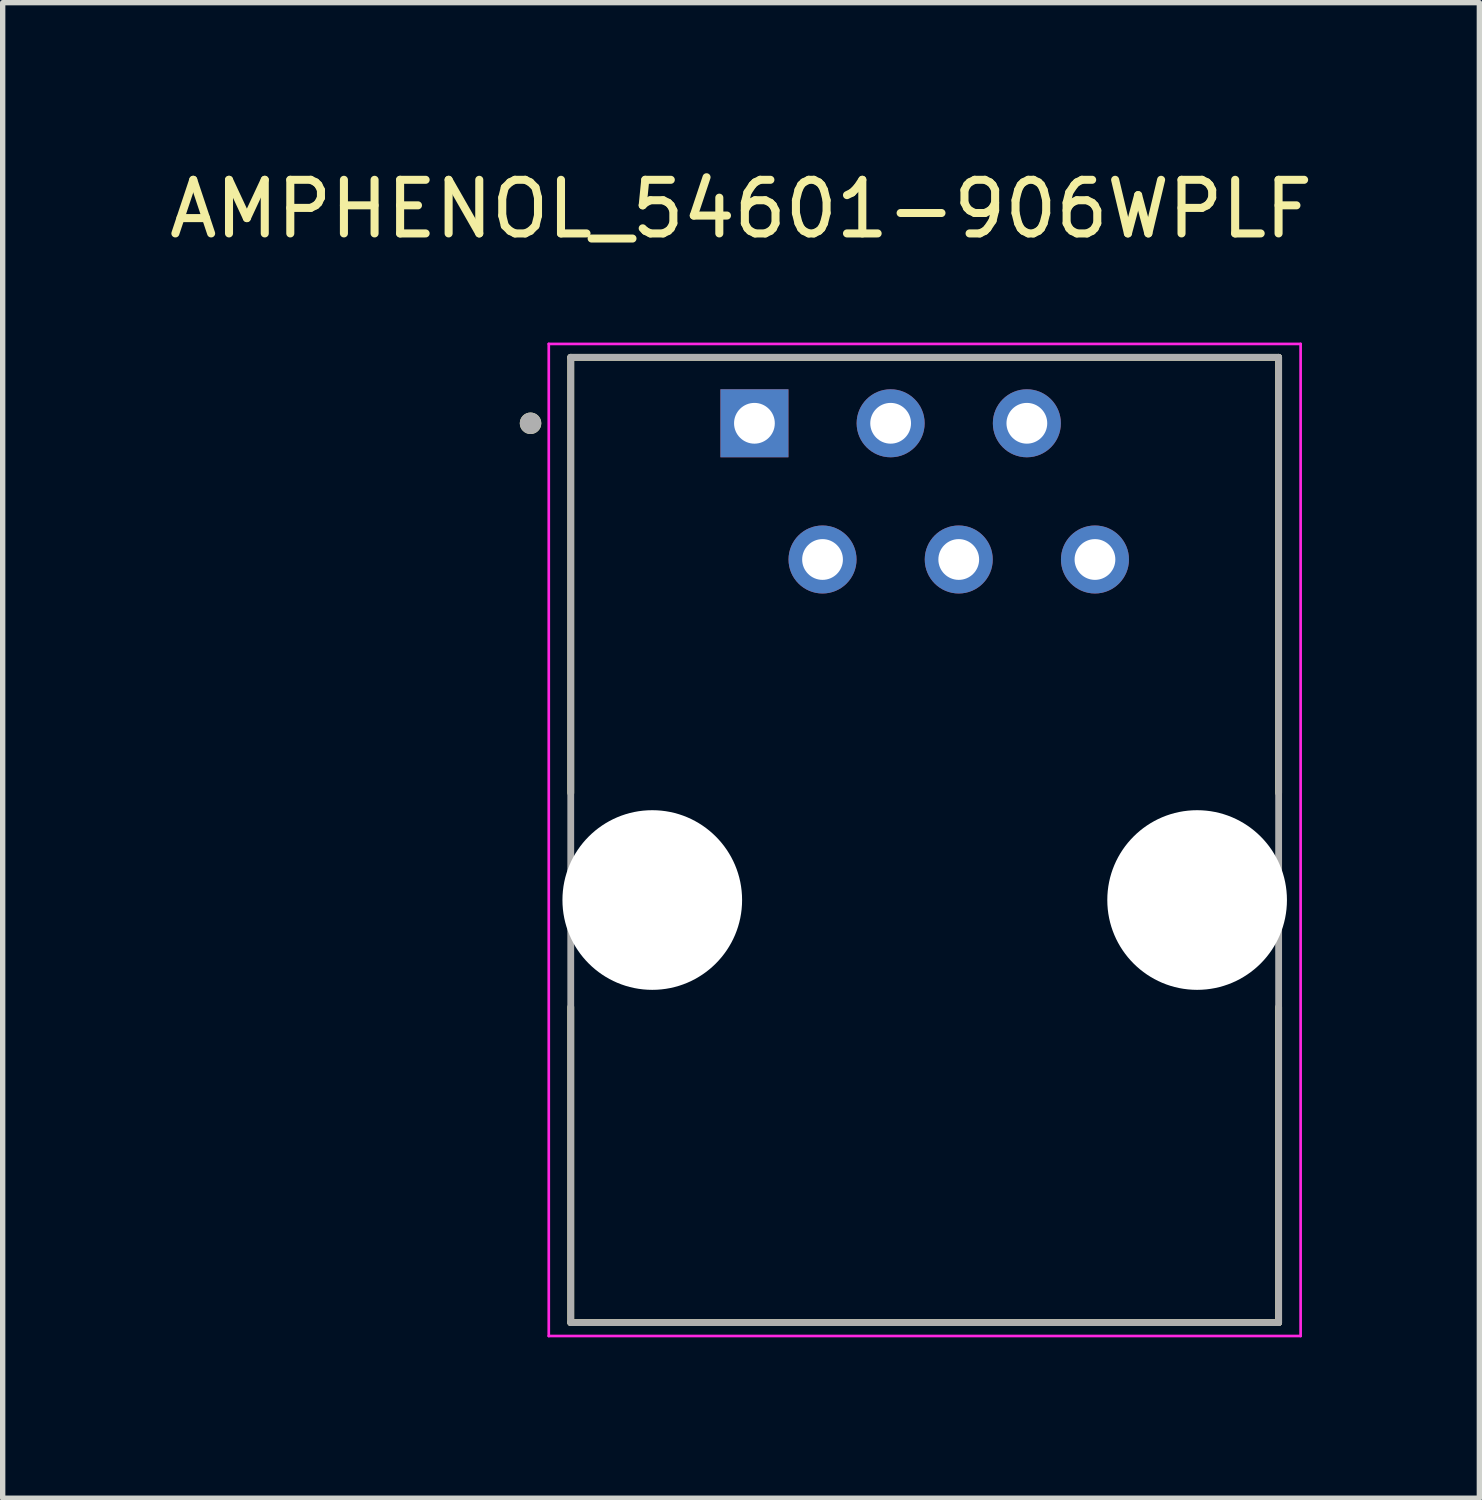
<source format=kicad_pcb>
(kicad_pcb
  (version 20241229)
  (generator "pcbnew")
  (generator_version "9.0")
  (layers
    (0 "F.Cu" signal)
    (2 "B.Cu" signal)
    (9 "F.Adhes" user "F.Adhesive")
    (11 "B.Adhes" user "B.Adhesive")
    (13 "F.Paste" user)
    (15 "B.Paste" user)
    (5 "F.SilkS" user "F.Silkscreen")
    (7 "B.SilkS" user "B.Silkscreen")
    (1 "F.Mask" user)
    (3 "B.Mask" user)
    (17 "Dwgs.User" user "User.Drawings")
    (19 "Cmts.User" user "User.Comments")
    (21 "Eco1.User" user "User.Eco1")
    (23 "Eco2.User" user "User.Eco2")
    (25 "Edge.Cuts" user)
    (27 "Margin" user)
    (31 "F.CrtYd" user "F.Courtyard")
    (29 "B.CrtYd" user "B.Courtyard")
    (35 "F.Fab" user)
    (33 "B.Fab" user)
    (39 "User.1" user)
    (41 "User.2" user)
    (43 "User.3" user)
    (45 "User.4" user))
  (footprint "AMPHENOL_54601-906WPLF"
    (layer "F.Cu")
    (at 14.193 13.733)
    (property "Reference" "AMPHENOL_54601-906WPLF" (at -3.425 -12.885 0) (layer "F.SilkS") (effects (font (size 1 1) (thickness 0.15))))
    (attr through_hole)
    (fp_line (start -6.6 -10.12) (end -6.6 -1.995) (stroke (width 0.127) (type solid)) (layer "F.SilkS"))
    (fp_line (start -6.6 7.88) (end -6.6 1.995) (stroke (width 0.127) (type solid)) (layer "F.SilkS"))
    (fp_line (start -6.6 7.88) (end 6.6 7.88) (stroke (width 0.127) (type solid)) (layer "F.SilkS"))
    (fp_line (start 6.6 -10.12) (end -6.6 -10.12) (stroke (width 0.127) (type solid)) (layer "F.SilkS"))
    (fp_line (start 6.6 -1.995) (end 6.6 -10.12) (stroke (width 0.127) (type solid)) (layer "F.SilkS"))
    (fp_line (start 6.6 7.88) (end 6.6 1.995) (stroke (width 0.127) (type solid)) (layer "F.SilkS"))
    (fp_circle (center -7.35 -8.89) (end -7.25 -8.89) (stroke (width 0.2) (type solid)) (fill no) (layer "F.SilkS"))
    (fp_line (start -7.01 -10.37) (end -7.01 8.13) (stroke (width 0.05) (type solid)) (layer "F.CrtYd"))
    (fp_line (start -7.01 8.13) (end 7.01 8.13) (stroke (width 0.05) (type solid)) (layer "F.CrtYd"))
    (fp_line (start 7.01 -10.37) (end -7.01 -10.37) (stroke (width 0.05) (type solid)) (layer "F.CrtYd"))
    (fp_line (start 7.01 8.13) (end 7.01 -10.37) (stroke (width 0.05) (type solid)) (layer "F.CrtYd"))
    (fp_line (start -6.6 -10.12) (end -6.6 7.88) (stroke (width 0.127) (type solid)) (layer "F.Fab"))
    (fp_line (start -6.6 7.88) (end 6.6 7.88) (stroke (width 0.127) (type solid)) (layer "F.Fab"))
    (fp_line (start 6.6 -10.12) (end -6.6 -10.12) (stroke (width 0.127) (type solid)) (layer "F.Fab"))
    (fp_line (start 6.6 7.88) (end 6.6 -10.12) (stroke (width 0.127) (type solid)) (layer "F.Fab"))
    (fp_circle (center -7.35 -8.89) (end -7.25 -8.89) (stroke (width 0.2) (type solid)) (fill no) (layer "F.Fab"))
    (pad "" np_thru_hole circle (at -5.08 0) (size 3.35 3.35) (drill 3.35) (layers "*.Cu" "*.Mask"))
    (pad "" np_thru_hole circle (at 5.08 0) (size 3.35 3.35) (drill 3.35) (layers "*.Cu" "*.Mask"))
    (pad "1" thru_hole rect (at -3.175 -8.89) (size 1.268 1.268) (drill 0.76) (layers "*.Cu" "*.Mask"))
    (pad "2" thru_hole circle (at -1.905 -6.35) (size 1.268 1.268) (drill 0.76) (layers "*.Cu" "*.Mask"))
    (pad "3" thru_hole circle (at -0.635 -8.89) (size 1.268 1.268) (drill 0.76) (layers "*.Cu" "*.Mask"))
    (pad "4" thru_hole circle (at 0.635 -6.35) (size 1.268 1.268) (drill 0.76) (layers "*.Cu" "*.Mask"))
    (pad "5" thru_hole circle (at 1.905 -8.89) (size 1.268 1.268) (drill 0.76) (layers "*.Cu" "*.Mask"))
    (pad "6" thru_hole circle (at 3.175 -6.35) (size 1.268 1.268) (drill 0.76) (layers "*.Cu" "*.Mask")))
  (gr_rect
    (start -3 -3)
    (end 24.536 24.888)
    (stroke (width 0.1) (type default))
    (fill no)
    (layer "Edge.Cuts")))
</source>
